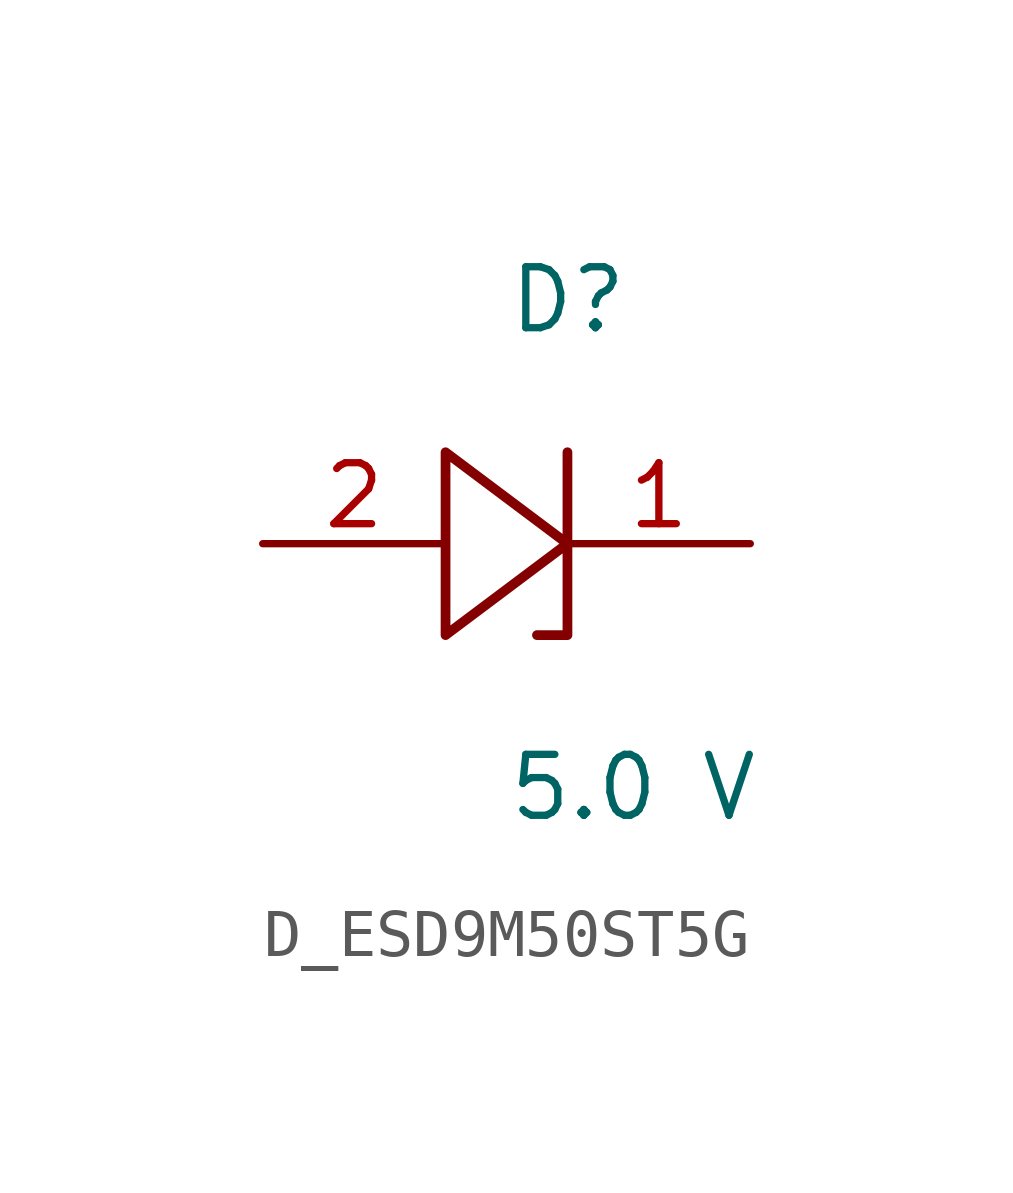
<source format=kicad_sym>
(kicad_symbol_lib
  (version 20231120)
  (generator kicad_symbol_editor)
  (generator_version 8.0)
  (symbol "D_ESD9M50ST5G"
    (pin_names
      (offset 0.254))
    (property "Reference" "D"
      (at 0.0 5.08 0)
      (effects (font (size 1.27 1.27)) (justify left)))
    (property "Value" "5.0 V"
      (at 0.0 -5.08 0)
      (effects (font (size 1.27 1.27)) (justify left)))
    (symbol "D_ESD9M50ST5G_1_0"
      (polyline (pts (xy 1.27 1.905) (xy 1.27 0) (xy -1.27 1.905) (xy -1.27 -1.905) (xy 1.27 0) (xy 1.27 -1.905) (xy 0.635 -1.905)) (stroke (width 0.203) (type default)) (fill (type none)))
      (pin unspecified line (at 5.08 0 180) (length 3.81) (name "" (effects (font (size 1.27 1.27)))) (number "1" (effects (font (size 1.27 1.27)))))
      (pin unspecified line (at -5.08 0 0) (length 3.81) (name "" (effects (font (size 1.27 1.27)))) (number "2" (effects (font (size 1.27 1.27))))))))
</source>
